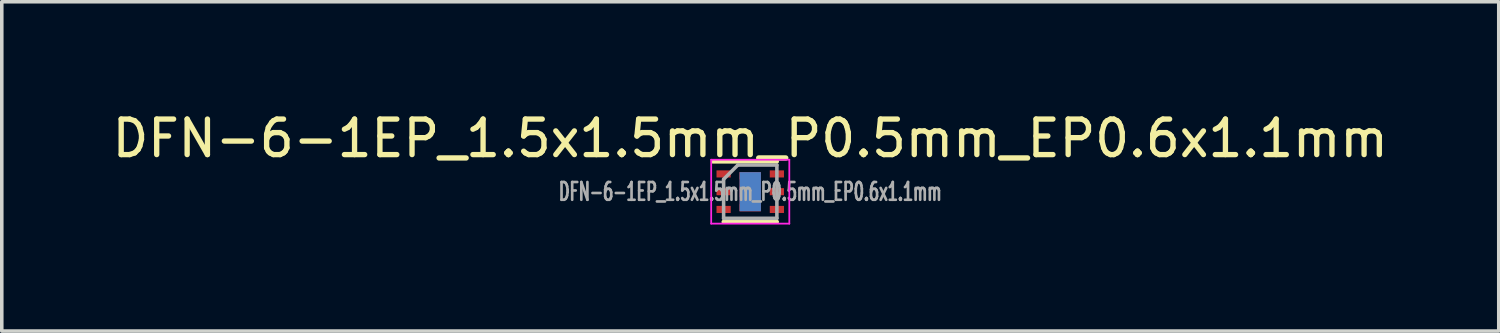
<source format=kicad_pcb>
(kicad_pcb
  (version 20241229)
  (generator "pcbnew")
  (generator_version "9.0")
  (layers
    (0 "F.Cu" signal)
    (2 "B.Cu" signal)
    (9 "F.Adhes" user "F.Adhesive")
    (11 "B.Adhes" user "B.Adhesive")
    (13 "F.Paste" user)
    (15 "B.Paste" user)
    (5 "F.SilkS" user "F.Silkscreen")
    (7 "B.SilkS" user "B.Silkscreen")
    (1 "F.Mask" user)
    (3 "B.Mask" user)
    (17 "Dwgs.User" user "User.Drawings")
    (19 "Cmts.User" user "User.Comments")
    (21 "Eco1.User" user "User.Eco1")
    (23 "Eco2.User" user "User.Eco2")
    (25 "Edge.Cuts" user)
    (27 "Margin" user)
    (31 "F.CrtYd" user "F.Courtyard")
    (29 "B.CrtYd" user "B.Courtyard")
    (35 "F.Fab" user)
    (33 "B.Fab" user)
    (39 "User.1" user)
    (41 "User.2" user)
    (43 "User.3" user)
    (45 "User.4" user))
  (footprint "DFN-6-1EP_1.5x1.5mm_P0.5mm_EP0.6x1.1mm"
    (layer "F.Cu")
    (at 18.077 2.348)
    (property "Reference" "DFN-6-1EP_1.5x1.5mm_P0.5mm_EP0.6x1.1mm" (at 0 -1.5 0) (layer "F.SilkS") (effects (font (size 1 1) (thickness 0.15))))
    (attr smd)
    (fp_line (start 0.75 -0.85) (end -1.05 -0.85) (stroke (width 0.12) (type solid)) (layer "F.SilkS"))
    (fp_line (start 0.75 0.85) (end -0.75 0.85) (stroke (width 0.12) (type solid)) (layer "F.SilkS"))
    (fp_line (start -1.1 -0.9) (end 1.1 -0.9) (stroke (width 0.05) (type solid)) (layer "F.CrtYd"))
    (fp_line (start -1.1 0.9) (end -1.1 -0.9) (stroke (width 0.05) (type solid)) (layer "F.CrtYd"))
    (fp_line (start 1.1 -0.9) (end 1.1 0.9) (stroke (width 0.05) (type solid)) (layer "F.CrtYd"))
    (fp_line (start 1.1 0.9) (end -1.1 0.9) (stroke (width 0.05) (type solid)) (layer "F.CrtYd"))
    (fp_line (start -0.75 -0.35) (end -0.75 0.75) (stroke (width 0.1) (type solid)) (layer "F.Fab"))
    (fp_line (start -0.75 -0.35) (end -0.35 -0.75) (stroke (width 0.1) (type solid)) (layer "F.Fab"))
    (fp_line (start -0.35 -0.75) (end 0.75 -0.75) (stroke (width 0.1) (type solid)) (layer "F.Fab"))
    (fp_line (start 0.75 -0.75) (end 0.75 0.75) (stroke (width 0.1) (type solid)) (layer "F.Fab"))
    (fp_line (start 0.75 0.75) (end -0.75 0.75) (stroke (width 0.1) (type solid)) (layer "F.Fab"))
    (fp_text user "${REFERENCE}" (at 0 0 0) (layer "F.Fab") (effects (font (size 0.5 0.3) (thickness 0.075))))
    (pad "1" smd rect (at -0.75 -0.5) (size 0.4 0.2) (layers "F.Cu" "F.Mask" "F.Paste"))
    (pad "2" smd rect (at -0.75 0) (size 0.4 0.2) (layers "F.Cu" "F.Mask" "F.Paste"))
    (pad "3" smd rect (at -0.75 0.5) (size 0.4 0.2) (layers "F.Cu" "F.Mask" "F.Paste"))
    (pad "4" smd rect (at 0.75 0.5) (size 0.4 0.2) (layers "F.Cu" "F.Mask" "F.Paste"))
    (pad "5" smd rect (at 0.75 0) (size 0.4 0.2) (layers "F.Cu" "F.Mask" "F.Paste"))
    (pad "6" smd rect (at 0.75 -0.5) (size 0.4 0.2) (layers "F.Cu" "F.Mask" "F.Paste"))
    (pad "7" smd rect (at 0 -0.45) (size 0.6 0.2) (layers "F.Cu" "F.Paste"))
    (pad "7" smd rect (at 0 0) (size 0.6 0.3) (layers "F.Cu" "F.Paste"))
    (pad "7" smd rect (at 0 0) (size 0.6 1.1) (layers "F.Cu" "F.Mask"))
    (pad "7" smd rect (at 0 0) (size 0.6 1.1) (layers "B.Cu"))
    (pad "7" smd rect (at 0 0.45) (size 0.6 0.2) (layers "F.Cu" "F.Paste")))
  (gr_rect
    (start -3 -3)
    (end 39.155 6.273)
    (stroke (width 0.1) (type default))
    (fill no)
    (layer "Edge.Cuts")))
</source>
